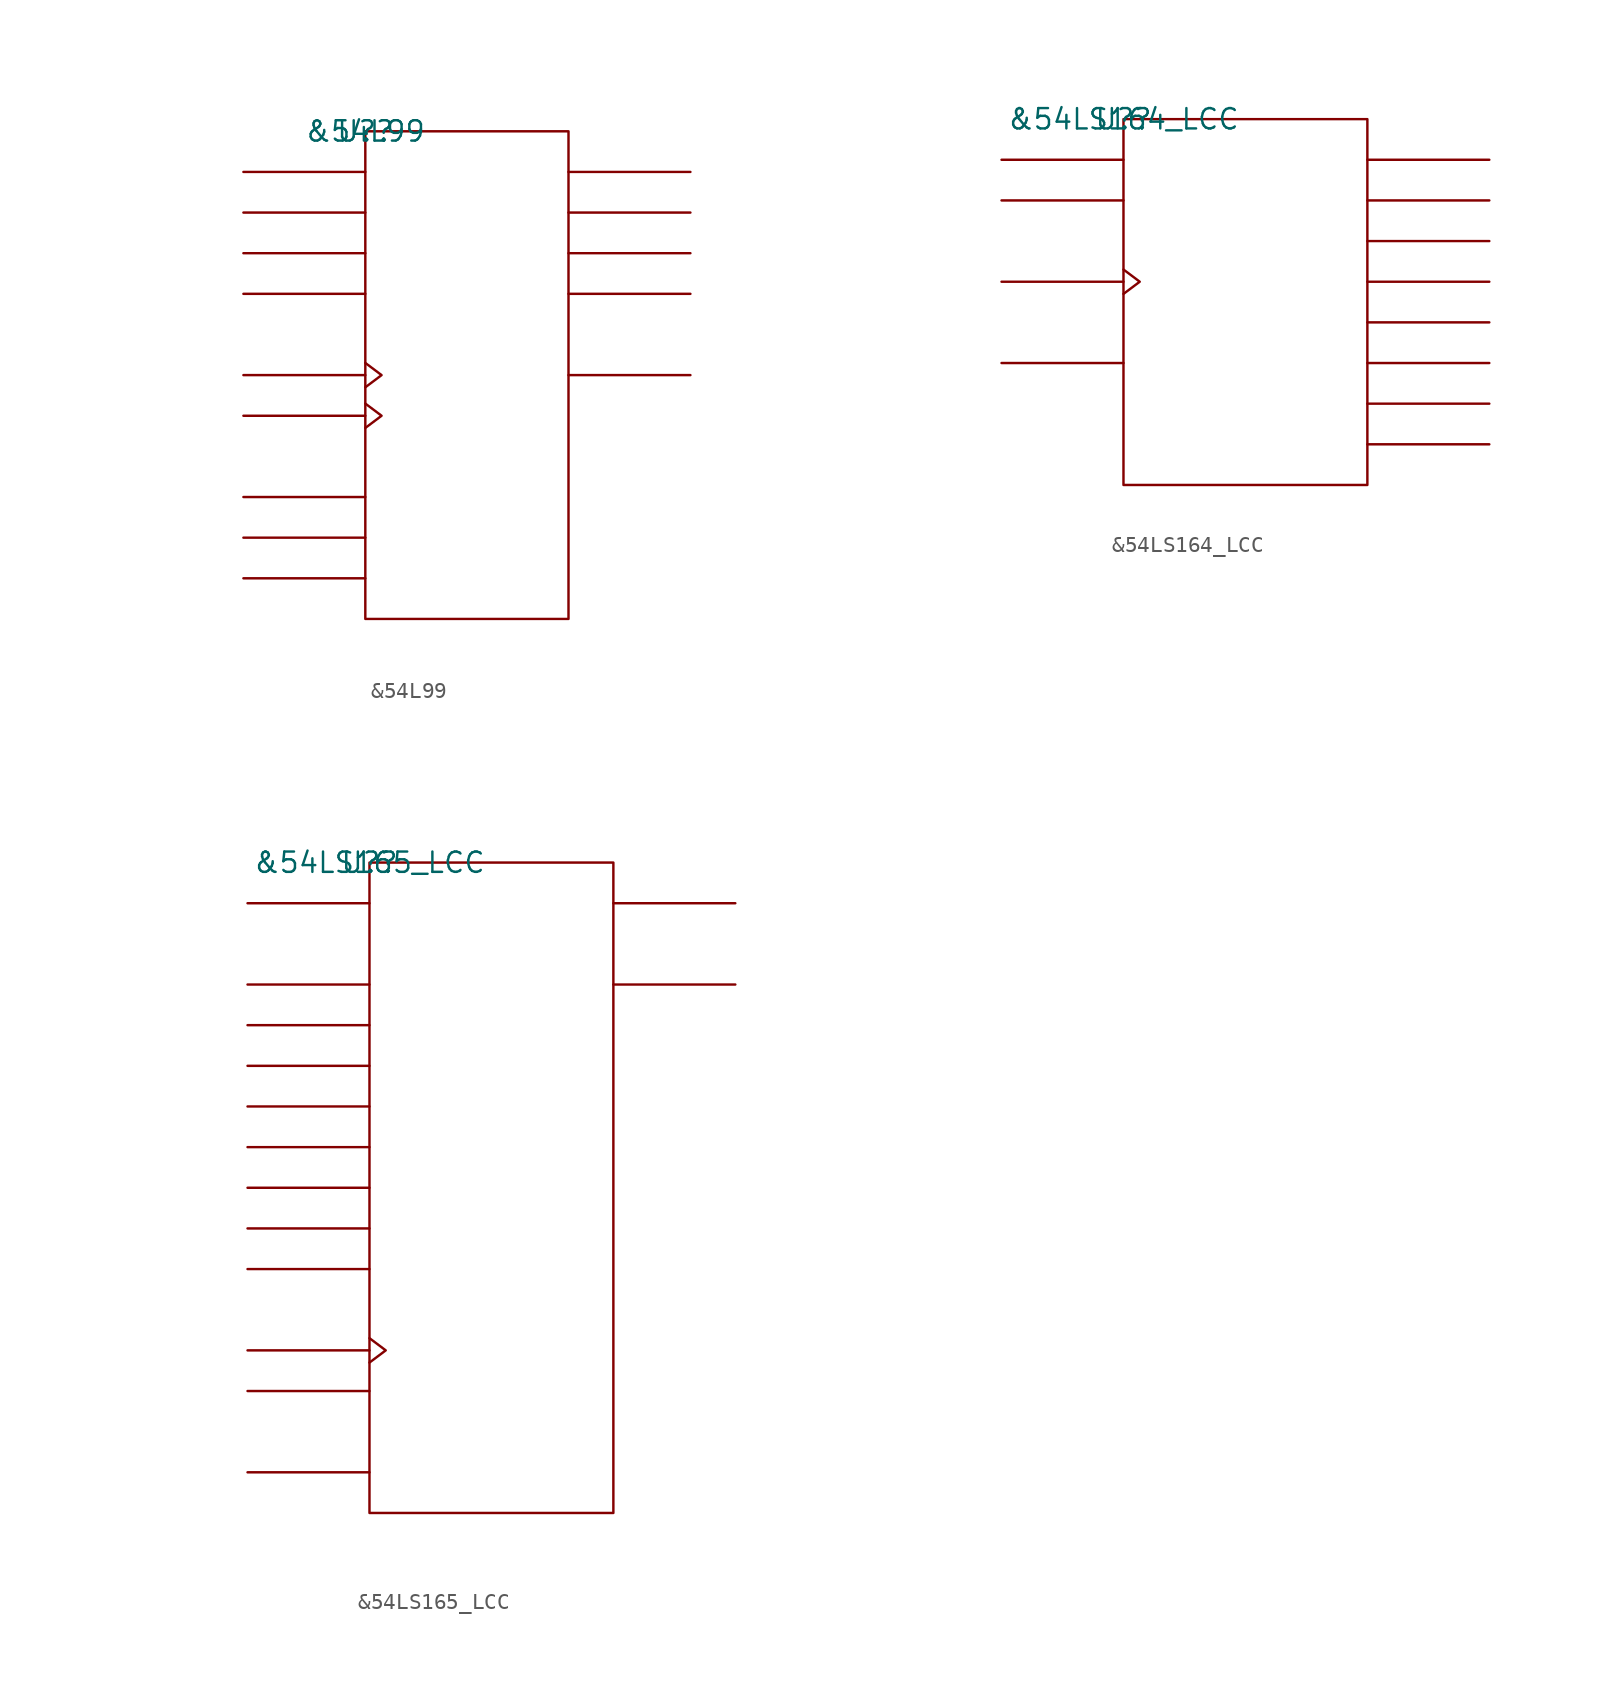
<source format=kicad_sym>
(kicad_symbol_lib
  (version 20211014)
  (generator kicad_symbol_editor)
  (symbol "&54L99"
    (pin_names
      (offset 0.762))
    (property "Reference" "U?"
      (at 0 0 0)
      (effects (font (size 1.27 1.27))))
    (property "Value" "&54L99"
      (at 0 0 0)
      (effects (font (size 1.27 1.27))))
    (symbol "&54L99_0_1"
      (rectangle (start 0 -30.48) (end 12.7 0) (stroke (width 0) (type default) (color 0 0 0 0)) (fill (type none)))
      (polyline (pts (xy 0 -27.94) (xy -7.62 -27.94)) (stroke (width 0) (type default) (color 0 0 0 0)) (fill (type none)))
      (polyline (pts (xy 0 -25.4) (xy -7.62 -25.4)) (stroke (width 0) (type default) (color 0 0 0 0)) (fill (type none)))
      (polyline (pts (xy 0 -22.86) (xy -7.62 -22.86)) (stroke (width 0) (type default) (color 0 0 0 0)) (fill (type none)))
      (polyline (pts (xy 0 -17.78) (xy -7.62 -17.78)) (stroke (width 0) (type default) (color 0 0 0 0)) (fill (type none)))
      (polyline (pts (xy 0 -15.24) (xy -7.62 -15.24)) (stroke (width 0) (type default) (color 0 0 0 0)) (fill (type none)))
      (polyline (pts (xy 0 -10.16) (xy -7.62 -10.16)) (stroke (width 0) (type default) (color 0 0 0 0)) (fill (type none)))
      (polyline (pts (xy 0 -7.62) (xy -7.62 -7.62)) (stroke (width 0) (type default) (color 0 0 0 0)) (fill (type none)))
      (polyline (pts (xy 0 -5.08) (xy -7.62 -5.08)) (stroke (width 0) (type default) (color 0 0 0 0)) (fill (type none)))
      (polyline (pts (xy 0 -2.54) (xy -7.62 -2.54)) (stroke (width 0) (type default) (color 0 0 0 0)) (fill (type none)))
      (polyline (pts (xy 12.7 -15.24) (xy 20.32 -15.24)) (stroke (width 0) (type default) (color 0 0 0 0)) (fill (type none)))
      (polyline (pts (xy 12.7 -10.16) (xy 20.32 -10.16)) (stroke (width 0) (type default) (color 0 0 0 0)) (fill (type none)))
      (polyline (pts (xy 12.7 -7.62) (xy 20.32 -7.62)) (stroke (width 0) (type default) (color 0 0 0 0)) (fill (type none)))
      (polyline (pts (xy 12.7 -5.08) (xy 20.32 -5.08)) (stroke (width 0) (type default) (color 0 0 0 0)) (fill (type none)))
      (polyline (pts (xy 12.7 -2.54) (xy 20.32 -2.54)) (stroke (width 0) (type default) (color 0 0 0 0)) (fill (type none)))
      (polyline (pts (xy 0 -17.018) (xy 1.016 -17.78) (xy 0 -18.542)) (stroke (width 0) (type default) (color 0 0 0 0)) (fill (type none)))
      (polyline (pts (xy 0 -14.478) (xy 1.016 -15.24) (xy 0 -16.002)) (stroke (width 0) (type default) (color 0 0 0 0)) (fill (type none))))
    (symbol "&54L99_1_1"
      (pin unspecified line (at -7.62 -2.54 0) (length 7.62) hide (name "D0" (effects (font (size 1.245 1.245)))) (number "1" (effects (font (size 1.245 1.245)))))
      (pin unspecified line (at 20.32 -10.16 180) (length 7.62) hide (name "Q3" (effects (font (size 1.245 1.245)))) (number "10" (effects (font (size 1.245 1.245)))))
      (pin unspecified line (at 20.32 -15.24 180) (length 7.62) hide (name "Q\\3\\" (effects (font (size 1.245 1.245)))) (number "11" (effects (font (size 1.245 1.245)))))
      (pin unspecified line (at 20.32 -7.62 180) (length 7.62) hide (name "Q2" (effects (font (size 1.245 1.245)))) (number "12" (effects (font (size 1.245 1.245)))))
      (pin power_in line (at 7.62 -30.48 180) (length 7.62) hide (name "GND" (effects (font (size 1.245 1.245)))) (number "13" (effects (font (size 1.245 1.245)))))
      (pin unspecified line (at 20.32 -5.08 180) (length 7.62) hide (name "Q1" (effects (font (size 1.245 1.245)))) (number "14" (effects (font (size 1.245 1.245)))))
      (pin unspecified line (at 20.32 -2.54 180) (length 7.62) hide (name "Q0" (effects (font (size 1.245 1.245)))) (number "15" (effects (font (size 1.245 1.245)))))
      (pin unspecified line (at -7.62 -25.4 0) (length 7.62) hide (name "K\\" (effects (font (size 1.245 1.245)))) (number "16" (effects (font (size 1.245 1.245)))))
      (pin unspecified line (at -7.62 -22.86 0) (length 7.62) hide (name "J" (effects (font (size 1.245 1.245)))) (number "2" (effects (font (size 1.245 1.245)))))
      (pin unspecified line (at -7.62 -5.08 0) (length 7.62) hide (name "D1" (effects (font (size 1.245 1.245)))) (number "3" (effects (font (size 1.245 1.245)))))
      (pin unspecified line (at -7.62 -7.62 0) (length 7.62) hide (name "D2" (effects (font (size 1.245 1.245)))) (number "4" (effects (font (size 1.245 1.245)))))
      (pin power_in line (at 5.08 0 0) (length 7.62) hide (name "VCC" (effects (font (size 1.245 1.245)))) (number "5" (effects (font (size 1.245 1.245)))))
      (pin unspecified line (at -7.62 -10.16 0) (length 7.62) hide (name "D3" (effects (font (size 1.245 1.245)))) (number "6" (effects (font (size 1.245 1.245)))))
      (pin unspecified line (at -7.62 -27.94 0) (length 7.62) hide (name "MC" (effects (font (size 1.245 1.245)))) (number "7" (effects (font (size 1.245 1.245)))))
      (pin unspecified line (at -7.62 -17.78 180) (length 7.62) hide (name "CLKR" (effects (font (size 1.245 1.245)))) (number "8" (effects (font (size 1.245 1.245)))))
      (pin unspecified line (at -7.62 -15.24 180) (length 7.62) hide (name "CLKL" (effects (font (size 1.245 1.245)))) (number "9" (effects (font (size 1.245 1.245)))))))
  (symbol "&54LS164_LCC"
    (pin_names
      (offset 0.762))
    (property "Reference" "U?"
      (at 0 0 0)
      (effects (font (size 1.27 1.27))))
    (property "Value" "&54LS164_LCC"
      (at 0 0 0)
      (effects (font (size 1.27 1.27))))
    (symbol "&54LS164_LCC_0_1"
      (rectangle (start 0 -22.86) (end 15.24 0) (stroke (width 0) (type default) (color 0 0 0 0)) (fill (type none)))
      (polyline (pts (xy 0 -15.24) (xy -7.62 -15.24)) (stroke (width 0) (type default) (color 0 0 0 0)) (fill (type none)))
      (polyline (pts (xy 0 -10.16) (xy -7.62 -10.16)) (stroke (width 0) (type default) (color 0 0 0 0)) (fill (type none)))
      (polyline (pts (xy 0 -5.08) (xy -7.62 -5.08)) (stroke (width 0) (type default) (color 0 0 0 0)) (fill (type none)))
      (polyline (pts (xy 0 -2.54) (xy -7.62 -2.54)) (stroke (width 0) (type default) (color 0 0 0 0)) (fill (type none)))
      (polyline (pts (xy 15.24 -20.32) (xy 22.86 -20.32)) (stroke (width 0) (type default) (color 0 0 0 0)) (fill (type none)))
      (polyline (pts (xy 15.24 -17.78) (xy 22.86 -17.78)) (stroke (width 0) (type default) (color 0 0 0 0)) (fill (type none)))
      (polyline (pts (xy 15.24 -15.24) (xy 22.86 -15.24)) (stroke (width 0) (type default) (color 0 0 0 0)) (fill (type none)))
      (polyline (pts (xy 15.24 -12.7) (xy 22.86 -12.7)) (stroke (width 0) (type default) (color 0 0 0 0)) (fill (type none)))
      (polyline (pts (xy 15.24 -10.16) (xy 22.86 -10.16)) (stroke (width 0) (type default) (color 0 0 0 0)) (fill (type none)))
      (polyline (pts (xy 15.24 -7.62) (xy 22.86 -7.62)) (stroke (width 0) (type default) (color 0 0 0 0)) (fill (type none)))
      (polyline (pts (xy 15.24 -5.08) (xy 22.86 -5.08)) (stroke (width 0) (type default) (color 0 0 0 0)) (fill (type none)))
      (polyline (pts (xy 15.24 -2.54) (xy 22.86 -2.54)) (stroke (width 0) (type default) (color 0 0 0 0)) (fill (type none)))
      (polyline (pts (xy 0 -9.398) (xy 1.016 -10.16) (xy 0 -10.922)) (stroke (width 0) (type default) (color 0 0 0 0)) (fill (type none))))
    (symbol "&54LS164_LCC_1_1"
      (pin power_in line (at 7.62 -22.86 0) (length 7.62) hide (name "GND" (effects (font (size 1.245 1.245)))) (number "10" (effects (font (size 1.245 1.245)))))
      (pin unspecified line (at -7.62 -10.16 180) (length 7.62) hide (name "CLK" (effects (font (size 1.245 1.245)))) (number "12" (effects (font (size 1.245 1.245)))))
      (pin unspecified line (at -7.62 -15.24 0) (length 7.62) hide (name "C\\L\\R\\" (effects (font (size 1.245 1.245)))) (number "13" (effects (font (size 1.245 1.245)))))
      (pin unspecified line (at 22.86 -12.7 180) (length 7.62) hide (name "QE" (effects (font (size 1.245 1.245)))) (number "14" (effects (font (size 1.245 1.245)))))
      (pin unspecified line (at 22.86 -15.24 180) (length 7.62) hide (name "QF" (effects (font (size 1.245 1.245)))) (number "16" (effects (font (size 1.245 1.245)))))
      (pin unspecified line (at 22.86 -17.78 180) (length 7.62) hide (name "QG" (effects (font (size 1.245 1.245)))) (number "18" (effects (font (size 1.245 1.245)))))
      (pin unspecified line (at 22.86 -20.32 180) (length 7.62) hide (name "QH" (effects (font (size 1.245 1.245)))) (number "19" (effects (font (size 1.245 1.245)))))
      (pin unspecified line (at -7.62 -2.54 0) (length 7.62) hide (name "A" (effects (font (size 1.245 1.245)))) (number "2" (effects (font (size 1.245 1.245)))))
      (pin power_in line (at 7.62 0 0) (length 7.62) hide (name "VCC" (effects (font (size 1.245 1.245)))) (number "20" (effects (font (size 1.245 1.245)))))
      (pin unspecified line (at -7.62 -5.08 0) (length 7.62) hide (name "B" (effects (font (size 1.245 1.245)))) (number "3" (effects (font (size 1.245 1.245)))))
      (pin unspecified line (at 22.86 -2.54 180) (length 7.62) hide (name "QA" (effects (font (size 1.245 1.245)))) (number "4" (effects (font (size 1.245 1.245)))))
      (pin unspecified line (at 22.86 -5.08 180) (length 7.62) hide (name "QB" (effects (font (size 1.245 1.245)))) (number "6" (effects (font (size 1.245 1.245)))))
      (pin unspecified line (at 22.86 -7.62 180) (length 7.62) hide (name "QC" (effects (font (size 1.245 1.245)))) (number "8" (effects (font (size 1.245 1.245)))))
      (pin unspecified line (at 22.86 -10.16 180) (length 7.62) hide (name "QD" (effects (font (size 1.245 1.245)))) (number "9" (effects (font (size 1.245 1.245)))))))
  (symbol "&54LS165_LCC"
    (pin_names
      (offset 0.762))
    (property "Reference" "U?"
      (at 0 0 0)
      (effects (font (size 1.27 1.27))))
    (property "Value" "&54LS165_LCC"
      (at 0 0 0)
      (effects (font (size 1.27 1.27))))
    (symbol "&54LS165_LCC_0_1"
      (rectangle (start 0 -40.64) (end 15.24 0) (stroke (width 0) (type default) (color 0 0 0 0)) (fill (type none)))
      (polyline (pts (xy 0 -38.1) (xy -7.62 -38.1)) (stroke (width 0) (type default) (color 0 0 0 0)) (fill (type none)))
      (polyline (pts (xy 0 -33.02) (xy -7.62 -33.02)) (stroke (width 0) (type default) (color 0 0 0 0)) (fill (type none)))
      (polyline (pts (xy 0 -30.48) (xy -7.62 -30.48)) (stroke (width 0) (type default) (color 0 0 0 0)) (fill (type none)))
      (polyline (pts (xy 0 -25.4) (xy -7.62 -25.4)) (stroke (width 0) (type default) (color 0 0 0 0)) (fill (type none)))
      (polyline (pts (xy 0 -22.86) (xy -7.62 -22.86)) (stroke (width 0) (type default) (color 0 0 0 0)) (fill (type none)))
      (polyline (pts (xy 0 -20.32) (xy -7.62 -20.32)) (stroke (width 0) (type default) (color 0 0 0 0)) (fill (type none)))
      (polyline (pts (xy 0 -17.78) (xy -7.62 -17.78)) (stroke (width 0) (type default) (color 0 0 0 0)) (fill (type none)))
      (polyline (pts (xy 0 -15.24) (xy -7.62 -15.24)) (stroke (width 0) (type default) (color 0 0 0 0)) (fill (type none)))
      (polyline (pts (xy 0 -12.7) (xy -7.62 -12.7)) (stroke (width 0) (type default) (color 0 0 0 0)) (fill (type none)))
      (polyline (pts (xy 0 -10.16) (xy -7.62 -10.16)) (stroke (width 0) (type default) (color 0 0 0 0)) (fill (type none)))
      (polyline (pts (xy 0 -7.62) (xy -7.62 -7.62)) (stroke (width 0) (type default) (color 0 0 0 0)) (fill (type none)))
      (polyline (pts (xy 0 -2.54) (xy -7.62 -2.54)) (stroke (width 0) (type default) (color 0 0 0 0)) (fill (type none)))
      (polyline (pts (xy 15.24 -7.62) (xy 22.86 -7.62)) (stroke (width 0) (type default) (color 0 0 0 0)) (fill (type none)))
      (polyline (pts (xy 15.24 -2.54) (xy 22.86 -2.54)) (stroke (width 0) (type default) (color 0 0 0 0)) (fill (type none)))
      (polyline (pts (xy 0 -29.718) (xy 1.016 -30.48) (xy 0 -31.242)) (stroke (width 0) (type default) (color 0 0 0 0)) (fill (type none))))
    (symbol "&54LS165_LCC_1_1"
      (pin power_in line (at 12.7 -40.64 180) (length 7.62) hide (name "GND" (effects (font (size 1.245 1.245)))) (number "10" (effects (font (size 1.245 1.245)))))
      (pin unspecified line (at 22.86 -2.54 180) (length 7.62) hide (name "QH" (effects (font (size 1.245 1.245)))) (number "12" (effects (font (size 1.245 1.245)))))
      (pin unspecified line (at -7.62 -2.54 0) (length 7.62) hide (name "SDI" (effects (font (size 1.245 1.245)))) (number "13" (effects (font (size 1.245 1.245)))))
      (pin unspecified line (at -7.62 -7.62 0) (length 7.62) hide (name "A" (effects (font (size 1.245 1.245)))) (number "14" (effects (font (size 1.245 1.245)))))
      (pin unspecified line (at -7.62 -10.16 0) (length 7.62) hide (name "B" (effects (font (size 1.245 1.245)))) (number "15" (effects (font (size 1.245 1.245)))))
      (pin unspecified line (at -7.62 -12.7 0) (length 7.62) hide (name "C" (effects (font (size 1.245 1.245)))) (number "17" (effects (font (size 1.245 1.245)))))
      (pin unspecified line (at -7.62 -15.24 0) (length 7.62) hide (name "D" (effects (font (size 1.245 1.245)))) (number "18" (effects (font (size 1.245 1.245)))))
      (pin unspecified line (at -7.62 -33.02 0) (length 7.62) hide (name "CLKINH" (effects (font (size 1.245 1.245)))) (number "19" (effects (font (size 1.245 1.245)))))
      (pin unspecified line (at -7.62 -38.1 0) (length 7.62) hide (name "SH/L\\D\\" (effects (font (size 1.245 1.245)))) (number "2" (effects (font (size 1.245 1.245)))))
      (pin power_in line (at 7.62 0 0) (length 7.62) hide (name "VCC" (effects (font (size 1.245 1.245)))) (number "20" (effects (font (size 1.245 1.245)))))
      (pin unspecified line (at -7.62 -30.48 180) (length 7.62) hide (name "CLK" (effects (font (size 1.245 1.245)))) (number "3" (effects (font (size 1.245 1.245)))))
      (pin unspecified line (at -7.62 -17.78 0) (length 7.62) hide (name "E" (effects (font (size 1.245 1.245)))) (number "4" (effects (font (size 1.245 1.245)))))
      (pin unspecified line (at -7.62 -20.32 0) (length 7.62) hide (name "F" (effects (font (size 1.245 1.245)))) (number "5" (effects (font (size 1.245 1.245)))))
      (pin unspecified line (at -7.62 -22.86 0) (length 7.62) hide (name "G" (effects (font (size 1.245 1.245)))) (number "7" (effects (font (size 1.245 1.245)))))
      (pin unspecified line (at -7.62 -25.4 0) (length 7.62) hide (name "H" (effects (font (size 1.245 1.245)))) (number "8" (effects (font (size 1.245 1.245)))))
      (pin unspecified line (at 22.86 -7.62 180) (length 7.62) hide (name "Q\\H\\" (effects (font (size 1.245 1.245)))) (number "9" (effects (font (size 1.245 1.245))))))))
</source>
